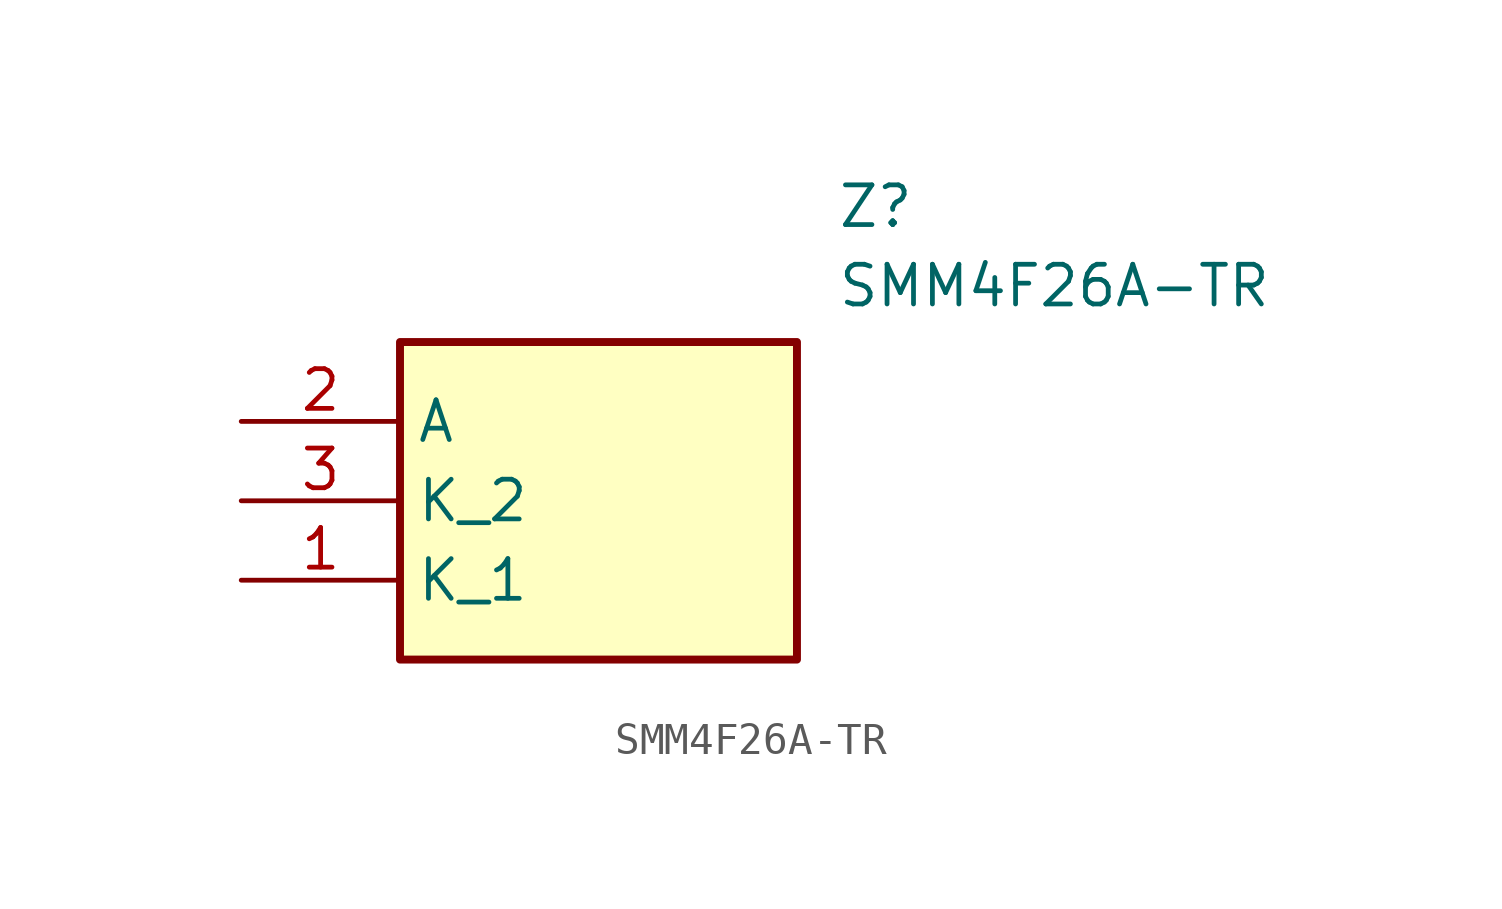
<source format=kicad_sym>
(kicad_symbol_lib
  (version 20241209)
  (generator "kicad_symbol_editor")
  (generator_version "9.0")
  (symbol "SMM4F26A-TR"
    (property "Reference" "Z"
      (at 19.05 7.62 0)
      (effects (font (size 1.27 1.27)) (justify left top)))
    (property "Value" "SMM4F26A-TR"
      (at 19.05 5.08 0)
      (effects (font (size 1.27 1.27)) (justify left top)))
    (symbol "SMM4F26A-TR_1_1"
      (rectangle (start 5.08 2.54) (end 17.78 -7.62) (stroke (width 0.254) (type default)) (fill (type background)))
      (pin passive line (at 0 0 0) (length 5.08) (name "A" (effects (font (size 1.27 1.27)))) (number "2" (effects (font (size 1.27 1.27)))))
      (pin passive line (at 0 -2.54 0) (length 5.08) (name "K_2" (effects (font (size 1.27 1.27)))) (number "3" (effects (font (size 1.27 1.27)))))
      (pin passive line (at 0 -5.08 0) (length 5.08) (name "K_1" (effects (font (size 1.27 1.27)))) (number "1" (effects (font (size 1.27 1.27))))))))
</source>
